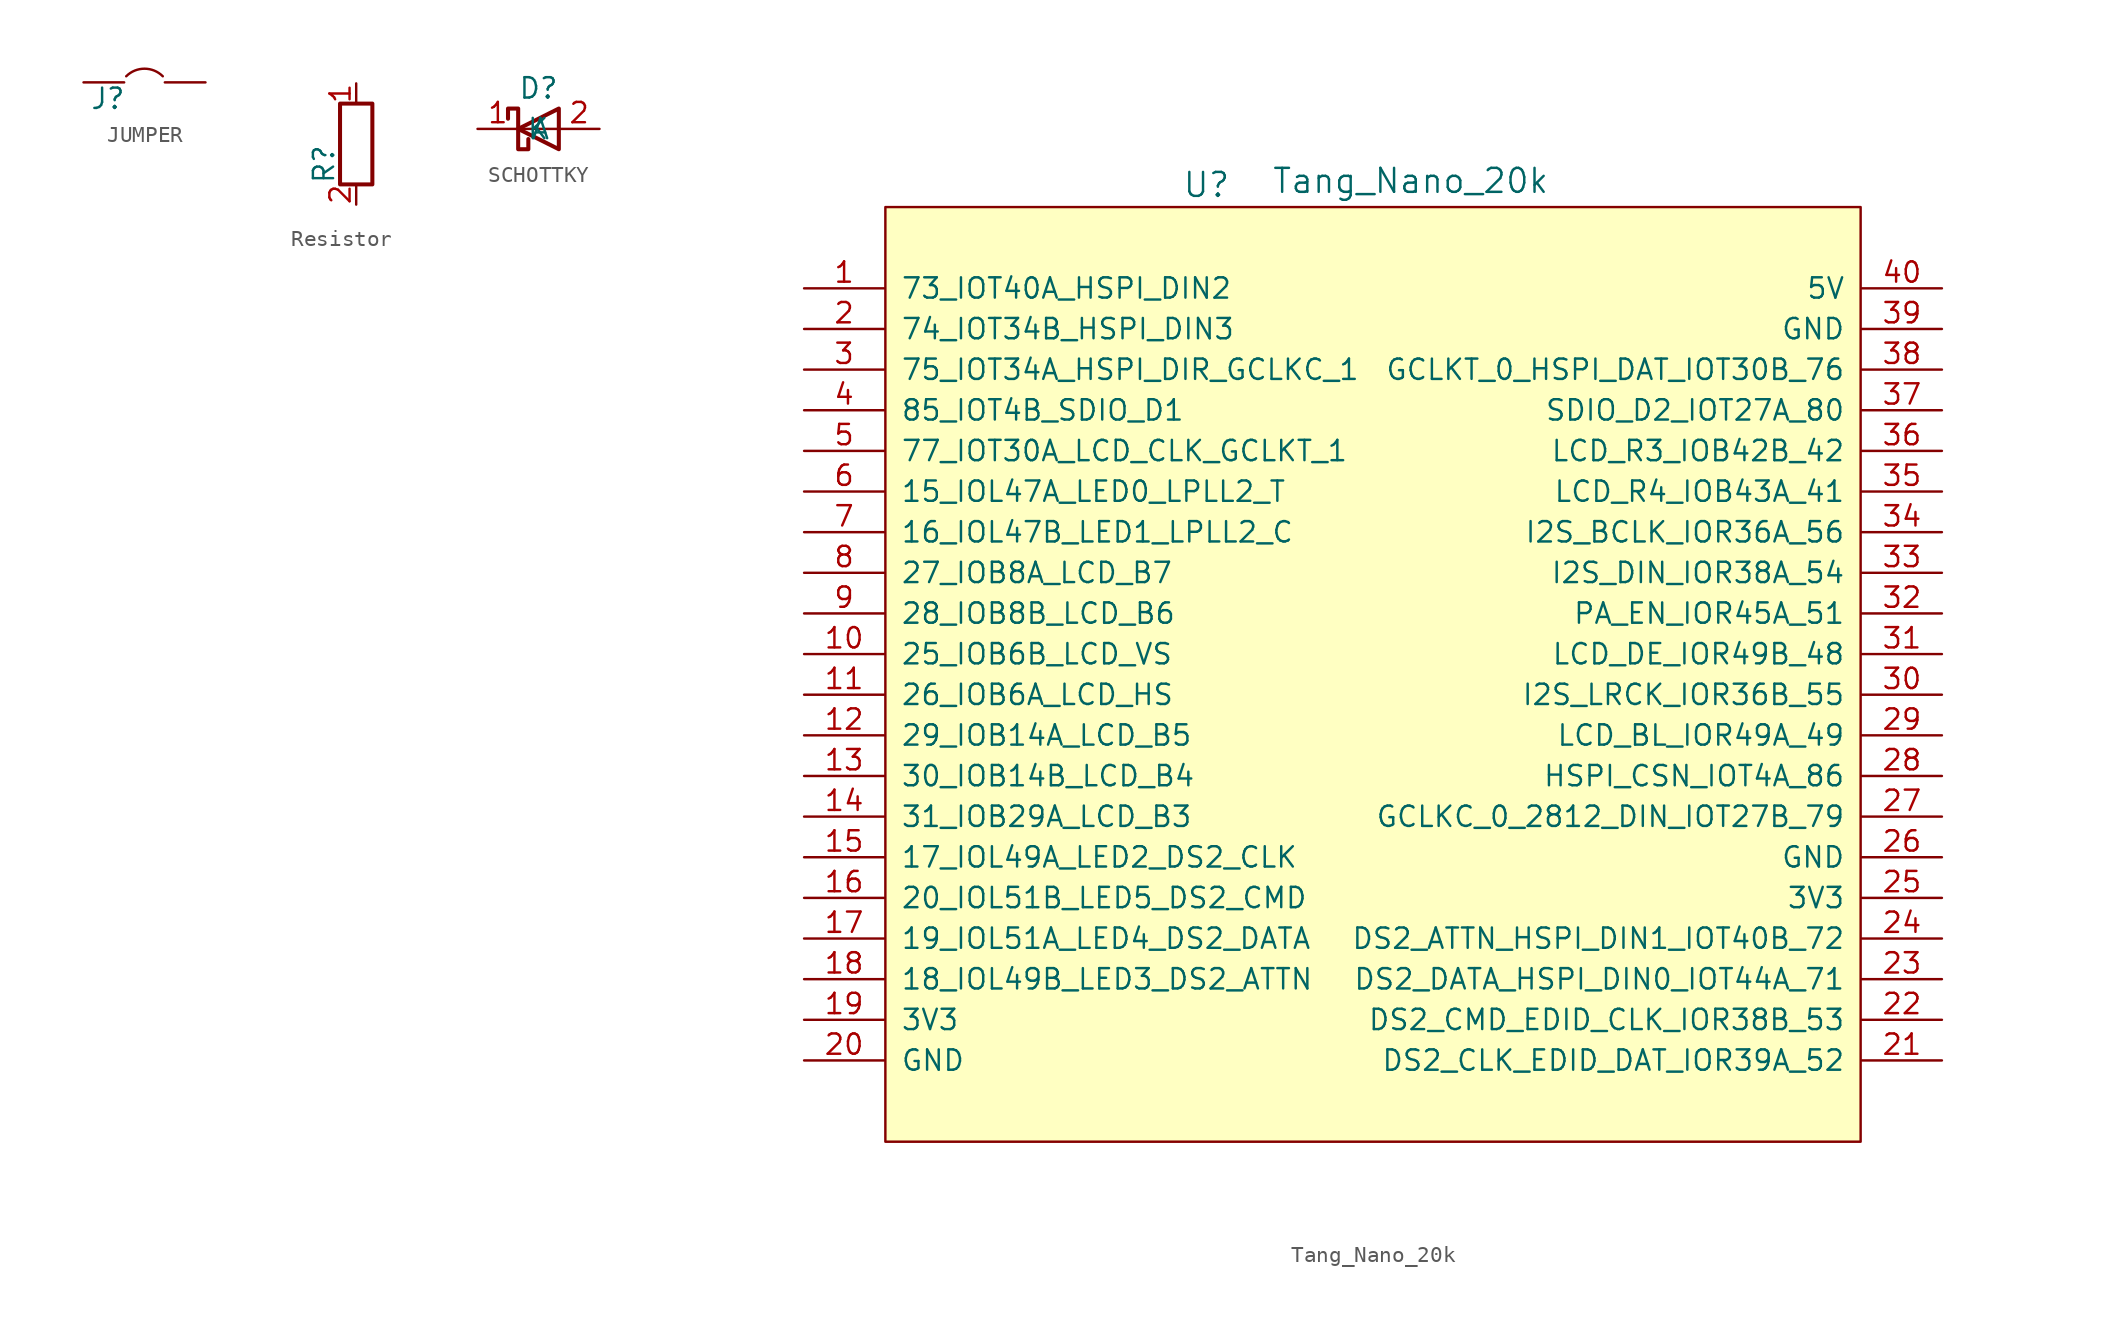
<source format=kicad_sym>
(kicad_symbol_lib
  (version 20231120)
  (generator "kicad_symbol_editor")
  (generator_version "8.0")
  (symbol "JUMPER"
    (pin_numbers hide)
    (pin_names
      (offset 0) hide)
    (property "Reference" "J"
      (at -2.286 -1.016 0)
      (effects (font (size 1.27 1.27))))
    (property "Value" ""
      (at 0 0 0)
      (effects (font (size 1.27 1.27))))
    (symbol "JUMPER_0_1"
      (arc (start 1.143 0.381) (mid 0 0.8544) (end -1.143 0.381) (stroke (width 0) (type default)) (fill (type none))))
    (symbol "JUMPER_1_1"
      (pin passive line (at -3.81 0 0) (length 2.54) (name "1" (effects (font (size 1.27 1.27)))) (number "1" (effects (font (size 1.27 1.27)))))
      (pin passive line (at 3.81 0 180) (length 2.54) (name "2" (effects (font (size 1.27 1.27)))) (number "2" (effects (font (size 1.27 1.27)))))))
  (symbol "Resistor"
    (property "Reference" "R"
      (at -2.032 -1.27 90)
      (effects (font (size 1.27 1.27))))
    (property "Value" ""
      (at -2.032 -1.27 90)
      (effects (font (size 1.27 1.27))))
    (symbol "Resistor_0_1"
      (rectangle (start -1.016 2.54) (end 1.016 -2.54) (stroke (width 0.254) (type default)) (fill (type none))))
    (symbol "Resistor_1_1"
      (pin passive line (at 0 3.81 270) (length 1.27) (name "~" (effects (font (size 1.27 1.27)))) (number "1" (effects (font (size 1.27 1.27)))))
      (pin passive line (at 0 -3.81 90) (length 1.27) (name "~" (effects (font (size 1.27 1.27)))) (number "2" (effects (font (size 1.27 1.27)))))))
  (symbol "SCHOTTKY"
    (property "Reference" "D"
      (at 0 0 0)
      (effects (font (size 1.27 1.27))))
    (property "Value" ""
      (at 0 0 0)
      (effects (font (size 1.27 1.27))))
    (symbol "SCHOTTKY_0_1"
      (polyline (pts (xy 1.27 -2.54) (xy -1.27 -2.54)) (stroke (width 0) (type default)) (fill (type none)))
      (polyline (pts (xy 1.27 -1.27) (xy 1.27 -3.81) (xy -1.27 -2.54) (xy 1.27 -1.27)) (stroke (width 0.254) (type default)) (fill (type none)))
      (polyline (pts (xy -1.905 -1.905) (xy -1.905 -1.27) (xy -1.27 -1.27) (xy -1.27 -3.81) (xy -0.635 -3.81) (xy -0.635 -3.175)) (stroke (width 0.254) (type default)) (fill (type none))))
    (symbol "SCHOTTKY_1_1"
      (pin passive line (at -3.81 -2.54 0) (length 2.54) (name "K" (effects (font (size 1.27 1.27)))) (number "1" (effects (font (size 1.27 1.27)))))
      (pin passive line (at 3.81 -2.54 180) (length 2.54) (name "A" (effects (font (size 1.27 1.27)))) (number "2" (effects (font (size 1.27 1.27)))))))
  (symbol "Tang_Nano_20k"
    (pin_names
      (offset 1.016))
    (property "Reference" "U"
      (at -11.938 28.448 0)
      (effects (font (size 1.499 1.499)) (justify left bottom)))
    (property "Value" "Tang_Nano_20k"
      (at -6.35 28.702 0)
      (effects (font (size 1.499 1.499)) (justify left bottom)))
    (symbol "Tang_Nano_20k_1_0"
      (pin bidirectional line (at -35.56 22.86 0) (length 5) (name "73_IOT40A_HSPI_DIN2" (effects (font (size 1.27 1.27)))) (number "1" (effects (font (size 1.27 1.27)))))
      (pin bidirectional line (at -35.56 0 0) (length 5) (name "25_IOB6B_LCD_VS" (effects (font (size 1.27 1.27)))) (number "10" (effects (font (size 1.27 1.27)))))
      (pin bidirectional line (at -35.56 -2.54 0) (length 5) (name "26_IOB6A_LCD_HS" (effects (font (size 1.27 1.27)))) (number "11" (effects (font (size 1.27 1.27)))))
      (pin bidirectional line (at -35.56 -5.08 0) (length 5) (name "29_IOB14A_LCD_B5" (effects (font (size 1.27 1.27)))) (number "12" (effects (font (size 1.27 1.27)))))
      (pin bidirectional line (at -35.56 -7.62 0) (length 5) (name "30_IOB14B_LCD_B4" (effects (font (size 1.27 1.27)))) (number "13" (effects (font (size 1.27 1.27)))))
      (pin bidirectional line (at -35.56 -10.16 0) (length 5) (name "31_IOB29A_LCD_B3" (effects (font (size 1.27 1.27)))) (number "14" (effects (font (size 1.27 1.27)))))
      (pin bidirectional line (at -35.56 -12.7 0) (length 5) (name "17_IOL49A_LED2_DS2_CLK" (effects (font (size 1.27 1.27)))) (number "15" (effects (font (size 1.27 1.27)))))
      (pin bidirectional line (at -35.56 -15.24 0) (length 5) (name "20_IOL51B_LED5_DS2_CMD" (effects (font (size 1.27 1.27)))) (number "16" (effects (font (size 1.27 1.27)))))
      (pin bidirectional line (at -35.56 -17.78 0) (length 5) (name "19_IOL51A_LED4_DS2_DATA" (effects (font (size 1.27 1.27)))) (number "17" (effects (font (size 1.27 1.27)))))
      (pin bidirectional line (at -35.56 -20.32 0) (length 5) (name "18_IOL49B_LED3_DS2_ATTN" (effects (font (size 1.27 1.27)))) (number "18" (effects (font (size 1.27 1.27)))))
      (pin bidirectional line (at -35.56 -22.86 0) (length 5) (name "3V3" (effects (font (size 1.27 1.27)))) (number "19" (effects (font (size 1.27 1.27)))))
      (pin bidirectional line (at -35.56 20.32 0) (length 5) (name "74_IOT34B_HSPI_DIN3" (effects (font (size 1.27 1.27)))) (number "2" (effects (font (size 1.27 1.27)))))
      (pin bidirectional line (at -35.56 -25.4 0) (length 5) (name "GND" (effects (font (size 1.27 1.27)))) (number "20" (effects (font (size 1.27 1.27)))))
      (pin bidirectional line (at 35.56 -25.4 180) (length 5) (name "DS2_CLK_EDID_DAT_IOR39A_52" (effects (font (size 1.27 1.27)))) (number "21" (effects (font (size 1.27 1.27)))))
      (pin bidirectional line (at 35.56 -22.86 180) (length 5) (name "DS2_CMD_EDID_CLK_IOR38B_53" (effects (font (size 1.27 1.27)))) (number "22" (effects (font (size 1.27 1.27)))))
      (pin bidirectional line (at 35.56 -20.32 180) (length 5) (name "DS2_DATA_HSPI_DIN0_IOT44A_71" (effects (font (size 1.27 1.27)))) (number "23" (effects (font (size 1.27 1.27)))))
      (pin bidirectional line (at 35.56 -17.78 180) (length 5) (name "DS2_ATTN_HSPI_DIN1_IOT40B_72" (effects (font (size 1.27 1.27)))) (number "24" (effects (font (size 1.27 1.27)))))
      (pin bidirectional line (at 35.56 -15.24 180) (length 5) (name "3V3" (effects (font (size 1.27 1.27)))) (number "25" (effects (font (size 1.27 1.27)))))
      (pin bidirectional line (at 35.56 -12.7 180) (length 5) (name "GND" (effects (font (size 1.27 1.27)))) (number "26" (effects (font (size 1.27 1.27)))))
      (pin bidirectional line (at 35.56 -10.16 180) (length 5) (name "GCLKC_0_2812_DIN_IOT27B_79" (effects (font (size 1.27 1.27)))) (number "27" (effects (font (size 1.27 1.27)))))
      (pin bidirectional line (at 35.56 -7.62 180) (length 5) (name "HSPI_CSN_IOT4A_86" (effects (font (size 1.27 1.27)))) (number "28" (effects (font (size 1.27 1.27)))))
      (pin bidirectional line (at 35.56 -5.08 180) (length 5) (name "LCD_BL_IOR49A_49" (effects (font (size 1.27 1.27)))) (number "29" (effects (font (size 1.27 1.27)))))
      (pin bidirectional line (at -35.56 17.78 0) (length 5) (name "75_IOT34A_HSPI_DIR_GCLKC_1" (effects (font (size 1.27 1.27)))) (number "3" (effects (font (size 1.27 1.27)))))
      (pin bidirectional line (at 35.56 -2.54 180) (length 5) (name "I2S_LRCK_IOR36B_55" (effects (font (size 1.27 1.27)))) (number "30" (effects (font (size 1.27 1.27)))))
      (pin bidirectional line (at 35.56 0 180) (length 5) (name "LCD_DE_IOR49B_48" (effects (font (size 1.27 1.27)))) (number "31" (effects (font (size 1.27 1.27)))))
      (pin bidirectional line (at 35.56 2.54 180) (length 5) (name "PA_EN_IOR45A_51" (effects (font (size 1.27 1.27)))) (number "32" (effects (font (size 1.27 1.27)))))
      (pin bidirectional line (at 35.56 5.08 180) (length 5) (name "I2S_DIN_IOR38A_54" (effects (font (size 1.27 1.27)))) (number "33" (effects (font (size 1.27 1.27)))))
      (pin bidirectional line (at 35.56 7.62 180) (length 5) (name "I2S_BCLK_IOR36A_56" (effects (font (size 1.27 1.27)))) (number "34" (effects (font (size 1.27 1.27)))))
      (pin bidirectional line (at 35.56 10.16 180) (length 5) (name "LCD_R4_IOB43A_41" (effects (font (size 1.27 1.27)))) (number "35" (effects (font (size 1.27 1.27)))))
      (pin bidirectional line (at 35.56 12.7 180) (length 5) (name "LCD_R3_IOB42B_42" (effects (font (size 1.27 1.27)))) (number "36" (effects (font (size 1.27 1.27)))))
      (pin bidirectional line (at 35.56 15.24 180) (length 5) (name "SDIO_D2_IOT27A_80" (effects (font (size 1.27 1.27)))) (number "37" (effects (font (size 1.27 1.27)))))
      (pin bidirectional line (at 35.56 17.78 180) (length 5) (name "GCLKT_0_HSPI_DAT_IOT30B_76" (effects (font (size 1.27 1.27)))) (number "38" (effects (font (size 1.27 1.27)))))
      (pin bidirectional line (at 35.56 20.32 180) (length 5) (name "GND" (effects (font (size 1.27 1.27)))) (number "39" (effects (font (size 1.27 1.27)))))
      (pin bidirectional line (at -35.56 15.24 0) (length 5) (name "85_IOT4B_SDIO_D1" (effects (font (size 1.27 1.27)))) (number "4" (effects (font (size 1.27 1.27)))))
      (pin bidirectional line (at 35.56 22.86 180) (length 5) (name "5V" (effects (font (size 1.27 1.27)))) (number "40" (effects (font (size 1.27 1.27)))))
      (pin bidirectional line (at -35.56 12.7 0) (length 5) (name "77_IOT30A_LCD_CLK_GCLKT_1" (effects (font (size 1.27 1.27)))) (number "5" (effects (font (size 1.27 1.27)))))
      (pin bidirectional line (at -35.56 10.16 0) (length 5) (name "15_IOL47A_LED0_LPLL2_T" (effects (font (size 1.27 1.27)))) (number "6" (effects (font (size 1.27 1.27)))))
      (pin bidirectional line (at -35.56 7.62 0) (length 5) (name "16_IOL47B_LED1_LPLL2_C" (effects (font (size 1.27 1.27)))) (number "7" (effects (font (size 1.27 1.27)))))
      (pin bidirectional line (at -35.56 5.08 0) (length 5) (name "27_IOB8A_LCD_B7" (effects (font (size 1.27 1.27)))) (number "8" (effects (font (size 1.27 1.27)))))
      (pin bidirectional line (at -35.56 2.54 0) (length 5) (name "28_IOB8B_LCD_B6" (effects (font (size 1.27 1.27)))) (number "9" (effects (font (size 1.27 1.27))))))
    (symbol "Tang_Nano_20k_1_1"
      (rectangle (start -30.48 27.94) (end 30.48 -30.48) (stroke (width 0) (type default)) (fill (type background))))))
</source>
